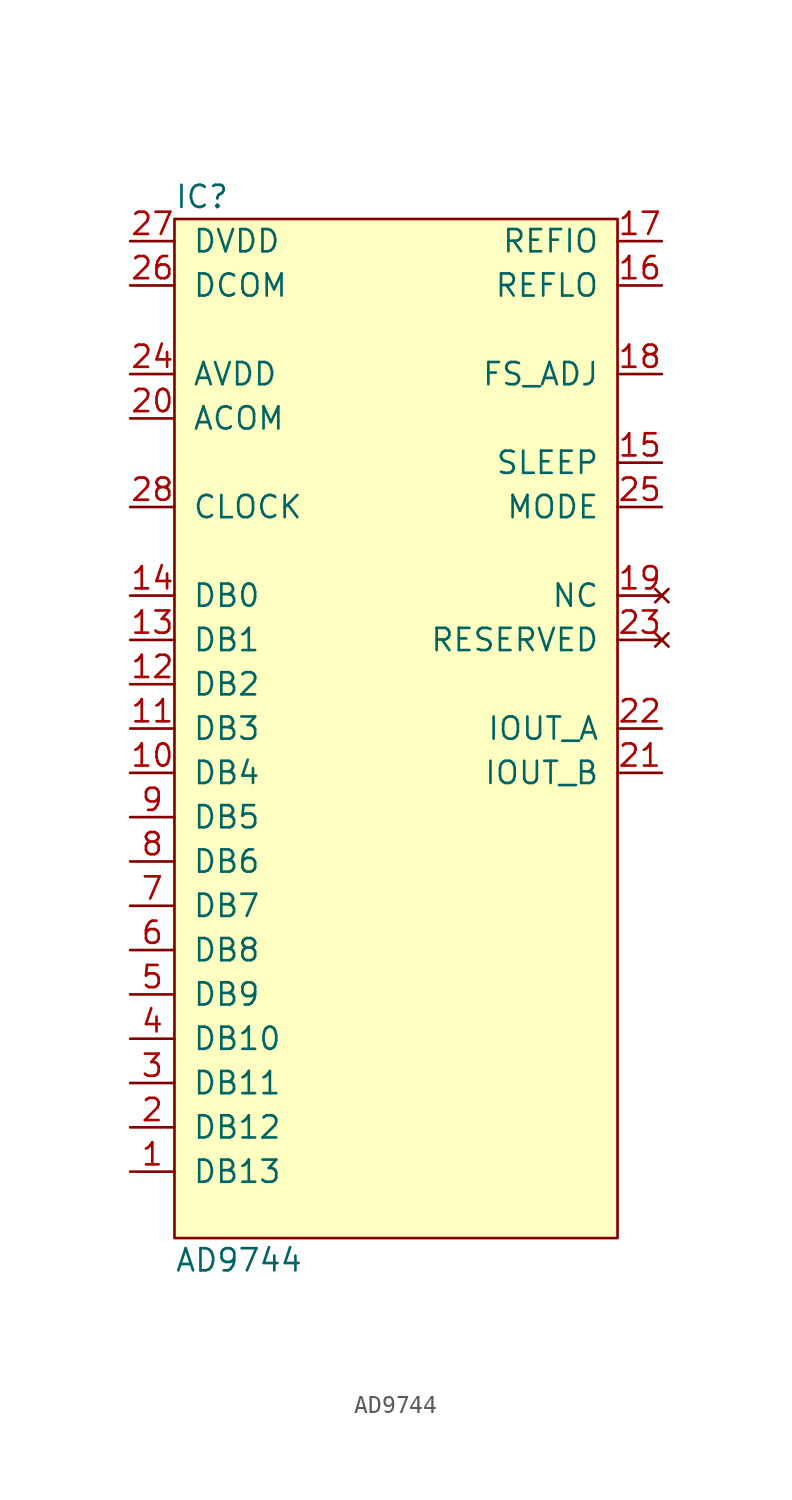
<source format=kicad_sym>
(kicad_symbol_lib
  (version 20211014)
  (generator agg_kicad.build_lib_ic)
  (symbol "AD9744"
    (pin_names
      (offset 1.016))
    (property Reference IC
      (at -12.7 30.48 0)
      (effects (font (size 1.27 1.27)) (justify left)))
    (property Value "AD9744"
      (at -12.7 -30.48 0)
      (effects (font (size 1.27 1.27)) (justify left)))
    (symbol "AD9744_0_0"
      (rectangle (start -12.7 29.21) (end 12.7 -29.21) (stroke (width 0) (type default) (color 0 0 0 0)) (fill (type background)))
      (pin power_in line (at -15.24 27.94 0) (length 2.54) (name DVDD (effects (font (size 1.27 1.27)))) (number "27" (effects (font (size 1.27 1.27)))))
      (pin power_in line (at -15.24 25.4 0) (length 2.54) (name DCOM (effects (font (size 1.27 1.27)))) (number "26" (effects (font (size 1.27 1.27)))))
      (pin power_in line (at -15.24 20.32 0) (length 2.54) (name AVDD (effects (font (size 1.27 1.27)))) (number "24" (effects (font (size 1.27 1.27)))))
      (pin power_in line (at -15.24 17.78 0) (length 2.54) (name ACOM (effects (font (size 1.27 1.27)))) (number "20" (effects (font (size 1.27 1.27)))))
      (pin input line (at -15.24 12.7 0) (length 2.54) (name CLOCK (effects (font (size 1.27 1.27)))) (number "28" (effects (font (size 1.27 1.27)))))
      (pin input line (at -15.24 7.62 0) (length 2.54) (name "DB0" (effects (font (size 1.27 1.27)))) (number "14" (effects (font (size 1.27 1.27)))))
      (pin input line (at -15.24 5.08 0) (length 2.54) (name "DB1" (effects (font (size 1.27 1.27)))) (number "13" (effects (font (size 1.27 1.27)))))
      (pin input line (at -15.24 2.54 0) (length 2.54) (name "DB2" (effects (font (size 1.27 1.27)))) (number "12" (effects (font (size 1.27 1.27)))))
      (pin input line (at -15.24 0 0) (length 2.54) (name "DB3" (effects (font (size 1.27 1.27)))) (number "11" (effects (font (size 1.27 1.27)))))
      (pin input line (at -15.24 -2.54 0) (length 2.54) (name "DB4" (effects (font (size 1.27 1.27)))) (number "10" (effects (font (size 1.27 1.27)))))
      (pin input line (at -15.24 -5.08 0) (length 2.54) (name "DB5" (effects (font (size 1.27 1.27)))) (number "9" (effects (font (size 1.27 1.27)))))
      (pin input line (at -15.24 -7.62 0) (length 2.54) (name "DB6" (effects (font (size 1.27 1.27)))) (number "8" (effects (font (size 1.27 1.27)))))
      (pin input line (at -15.24 -10.16 0) (length 2.54) (name "DB7" (effects (font (size 1.27 1.27)))) (number "7" (effects (font (size 1.27 1.27)))))
      (pin input line (at -15.24 -12.7 0) (length 2.54) (name "DB8" (effects (font (size 1.27 1.27)))) (number "6" (effects (font (size 1.27 1.27)))))
      (pin input line (at -15.24 -15.24 0) (length 2.54) (name "DB9" (effects (font (size 1.27 1.27)))) (number "5" (effects (font (size 1.27 1.27)))))
      (pin input line (at -15.24 -17.78 0) (length 2.54) (name "DB10" (effects (font (size 1.27 1.27)))) (number "4" (effects (font (size 1.27 1.27)))))
      (pin input line (at -15.24 -20.32 0) (length 2.54) (name "DB11" (effects (font (size 1.27 1.27)))) (number "3" (effects (font (size 1.27 1.27)))))
      (pin input line (at -15.24 -22.86 0) (length 2.54) (name "DB12" (effects (font (size 1.27 1.27)))) (number "2" (effects (font (size 1.27 1.27)))))
      (pin input line (at -15.24 -25.4 0) (length 2.54) (name "DB13" (effects (font (size 1.27 1.27)))) (number "1" (effects (font (size 1.27 1.27)))))
      (pin bidirectional line (at 15.24 27.94 180) (length 2.54) (name REFIO (effects (font (size 1.27 1.27)))) (number "17" (effects (font (size 1.27 1.27)))))
      (pin input line (at 15.24 25.4 180) (length 2.54) (name REFLO (effects (font (size 1.27 1.27)))) (number "16" (effects (font (size 1.27 1.27)))))
      (pin passive line (at 15.24 20.32 180) (length 2.54) (name FS_ADJ (effects (font (size 1.27 1.27)))) (number "18" (effects (font (size 1.27 1.27)))))
      (pin input line (at 15.24 15.24 180) (length 2.54) (name SLEEP (effects (font (size 1.27 1.27)))) (number "15" (effects (font (size 1.27 1.27)))))
      (pin input line (at 15.24 12.7 180) (length 2.54) (name MODE (effects (font (size 1.27 1.27)))) (number "25" (effects (font (size 1.27 1.27)))))
      (pin no_connect line (at 15.24 7.62 180) (length 2.54) (name NC (effects (font (size 1.27 1.27)))) (number "19" (effects (font (size 1.27 1.27)))))
      (pin no_connect line (at 15.24 5.08 180) (length 2.54) (name RESERVED (effects (font (size 1.27 1.27)))) (number "23" (effects (font (size 1.27 1.27)))))
      (pin output line (at 15.24 0 180) (length 2.54) (name IOUT_A (effects (font (size 1.27 1.27)))) (number "22" (effects (font (size 1.27 1.27)))))
      (pin output line (at 15.24 -2.54 180) (length 2.54) (name IOUT_B (effects (font (size 1.27 1.27)))) (number "21" (effects (font (size 1.27 1.27))))))))
</source>
